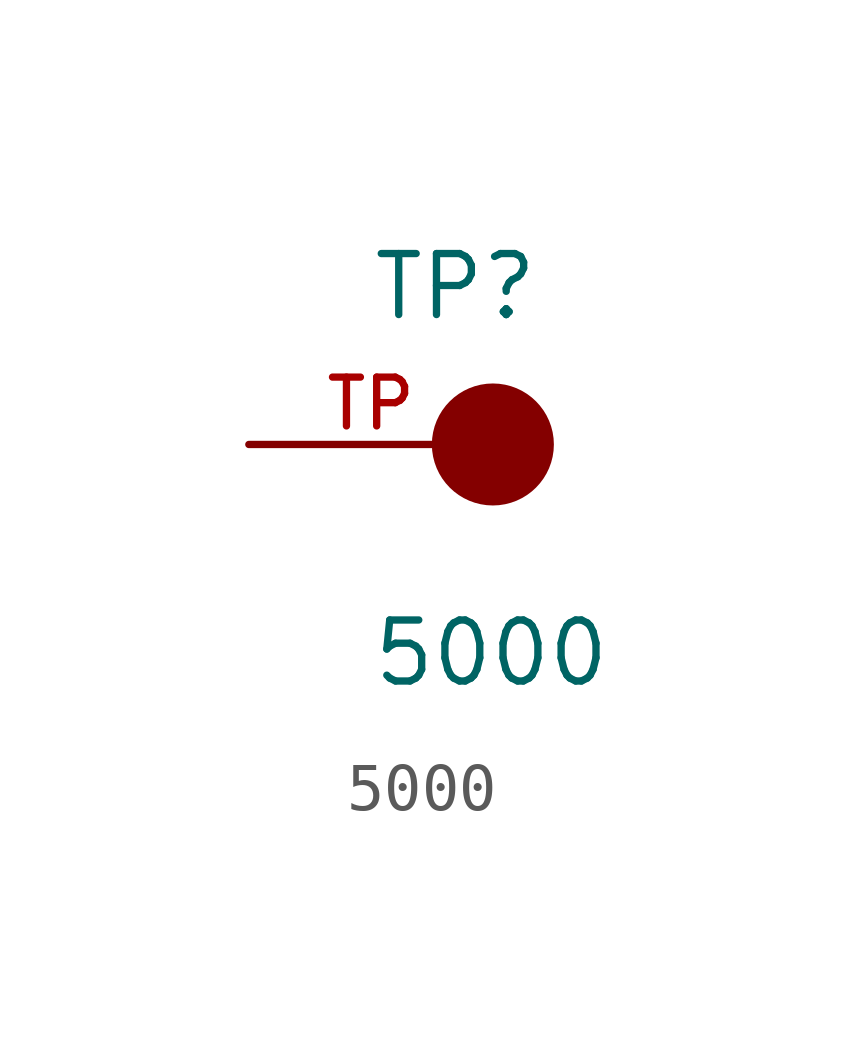
<source format=kicad_sym>
(kicad_symbol_lib
  (version 20211014)
  (generator kicad_symbol_editor)
  (symbol "5000"
    (pin_names
      (offset 1.016))
    (property "Reference" "TP"
      (at -2.544 2.541 0)
      (effects (font (size 1.27 1.27)) (justify bottom left)))
    (property "Value" "5000"
      (at -2.55 -5.087 0)
      (effects (font (size 1.27 1.27)) (justify bottom left)))
    (symbol "5000_0_0"
      (circle (center 0.0 0.0) (radius 0.635) (stroke (width 1.27)) (fill (type none)))
      (pin passive line (at -5.08 0.0 0) (length 5.08) (name "~" (effects (font (size 1.016 1.016)))) (number "TP" (effects (font (size 1.016 1.016))))))))
</source>
